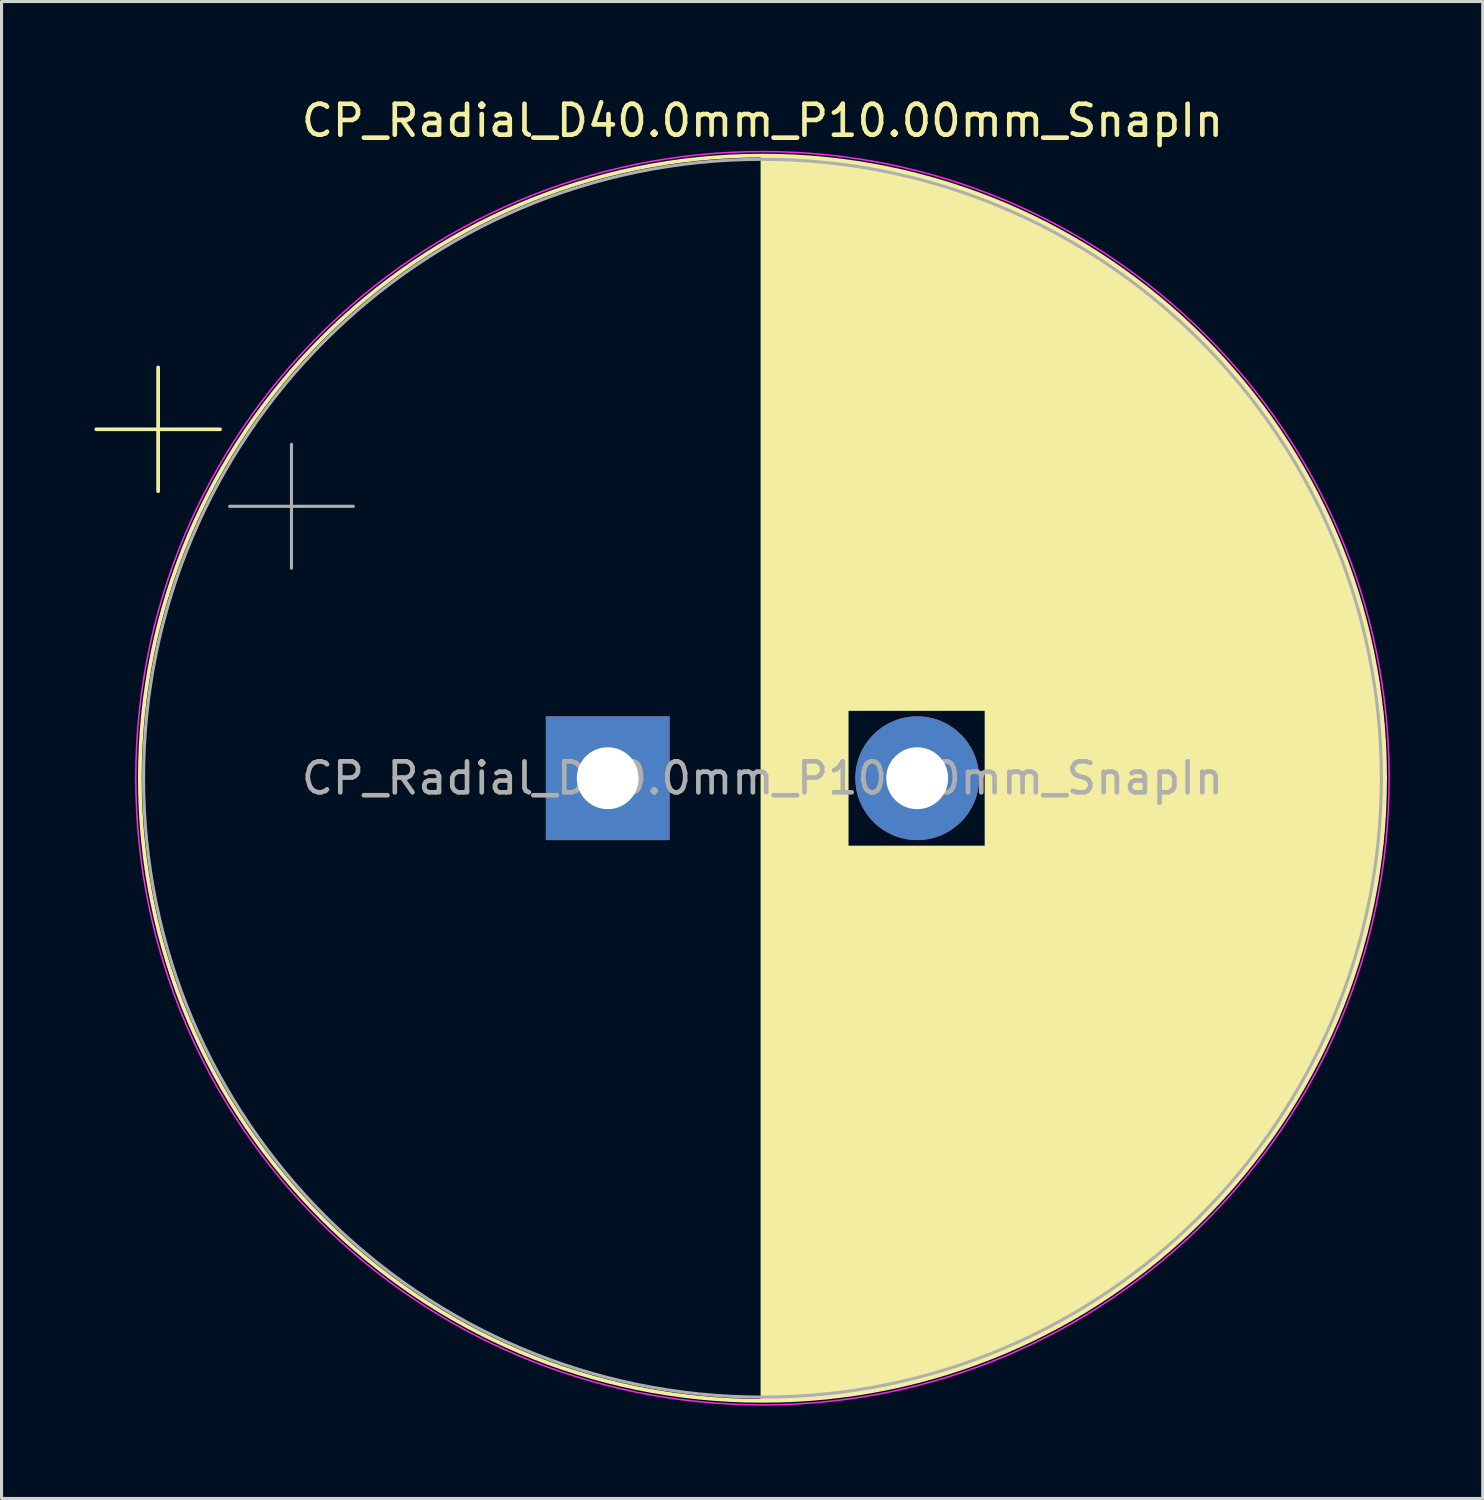
<source format=kicad_pcb>
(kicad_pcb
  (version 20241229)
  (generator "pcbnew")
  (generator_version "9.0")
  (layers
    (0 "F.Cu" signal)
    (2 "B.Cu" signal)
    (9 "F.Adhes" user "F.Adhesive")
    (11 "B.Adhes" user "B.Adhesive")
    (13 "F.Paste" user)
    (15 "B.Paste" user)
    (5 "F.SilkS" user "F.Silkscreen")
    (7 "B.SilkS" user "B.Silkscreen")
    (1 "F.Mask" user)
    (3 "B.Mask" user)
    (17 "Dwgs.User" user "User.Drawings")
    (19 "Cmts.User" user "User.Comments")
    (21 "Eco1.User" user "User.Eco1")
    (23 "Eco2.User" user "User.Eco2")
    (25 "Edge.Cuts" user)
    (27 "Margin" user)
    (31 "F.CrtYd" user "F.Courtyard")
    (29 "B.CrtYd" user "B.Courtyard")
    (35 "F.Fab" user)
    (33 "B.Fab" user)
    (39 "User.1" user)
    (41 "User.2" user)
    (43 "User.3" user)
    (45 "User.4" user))
  (footprint "CP_Radial_D40.0mm_P10.00mm_SnapIn"
    (layer "F.Cu")
    (at 16.589 22.098)
    (property "Reference" "CP_Radial_D40.0mm_P10.00mm_SnapIn" (at 5 -21.25 0) (layer "F.SilkS") (effects (font (size 1 1) (thickness 0.15))))
    (attr through_hole)
    (fp_line (start -16.529 -11.275) (end -12.529 -11.275) (stroke (width 0.12) (type solid)) (layer "F.SilkS"))
    (fp_line (start -14.529 -13.275) (end -14.529 -9.275) (stroke (width 0.12) (type solid)) (layer "F.SilkS"))
    (fp_line (start 5 -20.08) (end 5 20.08) (stroke (width 0.12) (type solid)) (layer "F.SilkS"))
    (fp_line (start 5.04 -20.08) (end 5.04 20.08) (stroke (width 0.12) (type solid)) (layer "F.SilkS"))
    (fp_line (start 5.08 -20.08) (end 5.08 20.08) (stroke (width 0.12) (type solid)) (layer "F.SilkS"))
    (fp_line (start 5.12 -20.08) (end 5.12 20.08) (stroke (width 0.12) (type solid)) (layer "F.SilkS"))
    (fp_line (start 5.16 -20.08) (end 5.16 20.08) (stroke (width 0.12) (type solid)) (layer "F.SilkS"))
    (fp_line (start 5.2 -20.08) (end 5.2 20.08) (stroke (width 0.12) (type solid)) (layer "F.SilkS"))
    (fp_line (start 5.24 -20.079) (end 5.24 20.079) (stroke (width 0.12) (type solid)) (layer "F.SilkS"))
    (fp_line (start 5.28 -20.079) (end 5.28 20.079) (stroke (width 0.12) (type solid)) (layer "F.SilkS"))
    (fp_line (start 5.32 -20.078) (end 5.32 20.078) (stroke (width 0.12) (type solid)) (layer "F.SilkS"))
    (fp_line (start 5.36 -20.077) (end 5.36 20.077) (stroke (width 0.12) (type solid)) (layer "F.SilkS"))
    (fp_line (start 5.4 -20.077) (end 5.4 20.077) (stroke (width 0.12) (type solid)) (layer "F.SilkS"))
    (fp_line (start 5.44 -20.076) (end 5.44 20.076) (stroke (width 0.12) (type solid)) (layer "F.SilkS"))
    (fp_line (start 5.48 -20.075) (end 5.48 20.075) (stroke (width 0.12) (type solid)) (layer "F.SilkS"))
    (fp_line (start 5.52 -20.074) (end 5.52 20.074) (stroke (width 0.12) (type solid)) (layer "F.SilkS"))
    (fp_line (start 5.56 -20.073) (end 5.56 20.073) (stroke (width 0.12) (type solid)) (layer "F.SilkS"))
    (fp_line (start 5.6 -20.072) (end 5.6 20.072) (stroke (width 0.12) (type solid)) (layer "F.SilkS"))
    (fp_line (start 5.64 -20.07) (end 5.64 20.07) (stroke (width 0.12) (type solid)) (layer "F.SilkS"))
    (fp_line (start 5.68 -20.069) (end 5.68 20.069) (stroke (width 0.12) (type solid)) (layer "F.SilkS"))
    (fp_line (start 5.721 -20.068) (end 5.721 20.068) (stroke (width 0.12) (type solid)) (layer "F.SilkS"))
    (fp_line (start 5.761 -20.066) (end 5.761 20.066) (stroke (width 0.12) (type solid)) (layer "F.SilkS"))
    (fp_line (start 5.801 -20.065) (end 5.801 20.065) (stroke (width 0.12) (type solid)) (layer "F.SilkS"))
    (fp_line (start 5.841 -20.063) (end 5.841 20.063) (stroke (width 0.12) (type solid)) (layer "F.SilkS"))
    (fp_line (start 5.881 -20.061) (end 5.881 20.061) (stroke (width 0.12) (type solid)) (layer "F.SilkS"))
    (fp_line (start 5.921 -20.059) (end 5.921 20.059) (stroke (width 0.12) (type solid)) (layer "F.SilkS"))
    (fp_line (start 5.961 -20.058) (end 5.961 20.058) (stroke (width 0.12) (type solid)) (layer "F.SilkS"))
    (fp_line (start 6.001 -20.056) (end 6.001 20.056) (stroke (width 0.12) (type solid)) (layer "F.SilkS"))
    (fp_line (start 6.041 -20.054) (end 6.041 20.054) (stroke (width 0.12) (type solid)) (layer "F.SilkS"))
    (fp_line (start 6.081 -20.051) (end 6.081 20.051) (stroke (width 0.12) (type solid)) (layer "F.SilkS"))
    (fp_line (start 6.121 -20.049) (end 6.121 20.049) (stroke (width 0.12) (type solid)) (layer "F.SilkS"))
    (fp_line (start 6.161 -20.047) (end 6.161 20.047) (stroke (width 0.12) (type solid)) (layer "F.SilkS"))
    (fp_line (start 6.201 -20.045) (end 6.201 20.045) (stroke (width 0.12) (type solid)) (layer "F.SilkS"))
    (fp_line (start 6.241 -20.042) (end 6.241 20.042) (stroke (width 0.12) (type solid)) (layer "F.SilkS"))
    (fp_line (start 6.281 -20.04) (end 6.281 20.04) (stroke (width 0.12) (type solid)) (layer "F.SilkS"))
    (fp_line (start 6.321 -20.037) (end 6.321 20.037) (stroke (width 0.12) (type solid)) (layer "F.SilkS"))
    (fp_line (start 6.361 -20.034) (end 6.361 20.034) (stroke (width 0.12) (type solid)) (layer "F.SilkS"))
    (fp_line (start 6.401 -20.032) (end 6.401 20.032) (stroke (width 0.12) (type solid)) (layer "F.SilkS"))
    (fp_line (start 6.441 -20.029) (end 6.441 20.029) (stroke (width 0.12) (type solid)) (layer "F.SilkS"))
    (fp_line (start 6.481 -20.026) (end 6.481 20.026) (stroke (width 0.12) (type solid)) (layer "F.SilkS"))
    (fp_line (start 6.521 -20.023) (end 6.521 20.023) (stroke (width 0.12) (type solid)) (layer "F.SilkS"))
    (fp_line (start 6.561 -20.02) (end 6.561 20.02) (stroke (width 0.12) (type solid)) (layer "F.SilkS"))
    (fp_line (start 6.601 -20.017) (end 6.601 20.017) (stroke (width 0.12) (type solid)) (layer "F.SilkS"))
    (fp_line (start 6.641 -20.014) (end 6.641 20.014) (stroke (width 0.12) (type solid)) (layer "F.SilkS"))
    (fp_line (start 6.681 -20.01) (end 6.681 20.01) (stroke (width 0.12) (type solid)) (layer "F.SilkS"))
    (fp_line (start 6.721 -20.007) (end 6.721 20.007) (stroke (width 0.12) (type solid)) (layer "F.SilkS"))
    (fp_line (start 6.761 -20.003) (end 6.761 20.003) (stroke (width 0.12) (type solid)) (layer "F.SilkS"))
    (fp_line (start 6.801 -20) (end 6.801 20) (stroke (width 0.12) (type solid)) (layer "F.SilkS"))
    (fp_line (start 6.841 -19.996) (end 6.841 19.996) (stroke (width 0.12) (type solid)) (layer "F.SilkS"))
    (fp_line (start 6.881 -19.992) (end 6.881 19.992) (stroke (width 0.12) (type solid)) (layer "F.SilkS"))
    (fp_line (start 6.921 -19.989) (end 6.921 19.989) (stroke (width 0.12) (type solid)) (layer "F.SilkS"))
    (fp_line (start 6.961 -19.985) (end 6.961 19.985) (stroke (width 0.12) (type solid)) (layer "F.SilkS"))
    (fp_line (start 7.001 -19.981) (end 7.001 19.981) (stroke (width 0.12) (type solid)) (layer "F.SilkS"))
    (fp_line (start 7.041 -19.977) (end 7.041 19.977) (stroke (width 0.12) (type solid)) (layer "F.SilkS"))
    (fp_line (start 7.081 -19.973) (end 7.081 19.973) (stroke (width 0.12) (type solid)) (layer "F.SilkS"))
    (fp_line (start 7.121 -19.968) (end 7.121 19.968) (stroke (width 0.12) (type solid)) (layer "F.SilkS"))
    (fp_line (start 7.161 -19.964) (end 7.161 19.964) (stroke (width 0.12) (type solid)) (layer "F.SilkS"))
    (fp_line (start 7.201 -19.96) (end 7.201 19.96) (stroke (width 0.12) (type solid)) (layer "F.SilkS"))
    (fp_line (start 7.241 -19.955) (end 7.241 19.955) (stroke (width 0.12) (type solid)) (layer "F.SilkS"))
    (fp_line (start 7.281 -19.951) (end 7.281 19.951) (stroke (width 0.12) (type solid)) (layer "F.SilkS"))
    (fp_line (start 7.321 -19.946) (end 7.321 19.946) (stroke (width 0.12) (type solid)) (layer "F.SilkS"))
    (fp_line (start 7.361 -19.942) (end 7.361 19.942) (stroke (width 0.12) (type solid)) (layer "F.SilkS"))
    (fp_line (start 7.401 -19.937) (end 7.401 19.937) (stroke (width 0.12) (type solid)) (layer "F.SilkS"))
    (fp_line (start 7.441 -19.932) (end 7.441 19.932) (stroke (width 0.12) (type solid)) (layer "F.SilkS"))
    (fp_line (start 7.481 -19.927) (end 7.481 19.927) (stroke (width 0.12) (type solid)) (layer "F.SilkS"))
    (fp_line (start 7.521 -19.922) (end 7.521 19.922) (stroke (width 0.12) (type solid)) (layer "F.SilkS"))
    (fp_line (start 7.561 -19.917) (end 7.561 19.917) (stroke (width 0.12) (type solid)) (layer "F.SilkS"))
    (fp_line (start 7.601 -19.912) (end 7.601 19.912) (stroke (width 0.12) (type solid)) (layer "F.SilkS"))
    (fp_line (start 7.641 -19.907) (end 7.641 19.907) (stroke (width 0.12) (type solid)) (layer "F.SilkS"))
    (fp_line (start 7.681 -19.901) (end 7.681 19.901) (stroke (width 0.12) (type solid)) (layer "F.SilkS"))
    (fp_line (start 7.721 -19.896) (end 7.721 19.896) (stroke (width 0.12) (type solid)) (layer "F.SilkS"))
    (fp_line (start 7.761 -19.89) (end 7.761 -2.24) (stroke (width 0.12) (type solid)) (layer "F.SilkS"))
    (fp_line (start 7.761 2.24) (end 7.761 19.89) (stroke (width 0.12) (type solid)) (layer "F.SilkS"))
    (fp_line (start 7.801 -19.885) (end 7.801 -2.24) (stroke (width 0.12) (type solid)) (layer "F.SilkS"))
    (fp_line (start 7.801 2.24) (end 7.801 19.885) (stroke (width 0.12) (type solid)) (layer "F.SilkS"))
    (fp_line (start 7.841 -19.879) (end 7.841 -2.24) (stroke (width 0.12) (type solid)) (layer "F.SilkS"))
    (fp_line (start 7.841 2.24) (end 7.841 19.879) (stroke (width 0.12) (type solid)) (layer "F.SilkS"))
    (fp_line (start 7.881 -19.873) (end 7.881 -2.24) (stroke (width 0.12) (type solid)) (layer "F.SilkS"))
    (fp_line (start 7.881 2.24) (end 7.881 19.873) (stroke (width 0.12) (type solid)) (layer "F.SilkS"))
    (fp_line (start 7.921 -19.867) (end 7.921 -2.24) (stroke (width 0.12) (type solid)) (layer "F.SilkS"))
    (fp_line (start 7.921 2.24) (end 7.921 19.867) (stroke (width 0.12) (type solid)) (layer "F.SilkS"))
    (fp_line (start 7.961 -19.862) (end 7.961 -2.24) (stroke (width 0.12) (type solid)) (layer "F.SilkS"))
    (fp_line (start 7.961 2.24) (end 7.961 19.862) (stroke (width 0.12) (type solid)) (layer "F.SilkS"))
    (fp_line (start 8.001 -19.856) (end 8.001 -2.24) (stroke (width 0.12) (type solid)) (layer "F.SilkS"))
    (fp_line (start 8.001 2.24) (end 8.001 19.856) (stroke (width 0.12) (type solid)) (layer "F.SilkS"))
    (fp_line (start 8.041 -19.85) (end 8.041 -2.24) (stroke (width 0.12) (type solid)) (layer "F.SilkS"))
    (fp_line (start 8.041 2.24) (end 8.041 19.85) (stroke (width 0.12) (type solid)) (layer "F.SilkS"))
    (fp_line (start 8.081 -19.843) (end 8.081 -2.24) (stroke (width 0.12) (type solid)) (layer "F.SilkS"))
    (fp_line (start 8.081 2.24) (end 8.081 19.843) (stroke (width 0.12) (type solid)) (layer "F.SilkS"))
    (fp_line (start 8.121 -19.837) (end 8.121 -2.24) (stroke (width 0.12) (type solid)) (layer "F.SilkS"))
    (fp_line (start 8.121 2.24) (end 8.121 19.837) (stroke (width 0.12) (type solid)) (layer "F.SilkS"))
    (fp_line (start 8.161 -19.831) (end 8.161 -2.24) (stroke (width 0.12) (type solid)) (layer "F.SilkS"))
    (fp_line (start 8.161 2.24) (end 8.161 19.831) (stroke (width 0.12) (type solid)) (layer "F.SilkS"))
    (fp_line (start 8.201 -19.824) (end 8.201 -2.24) (stroke (width 0.12) (type solid)) (layer "F.SilkS"))
    (fp_line (start 8.201 2.24) (end 8.201 19.824) (stroke (width 0.12) (type solid)) (layer "F.SilkS"))
    (fp_line (start 8.241 -19.818) (end 8.241 -2.24) (stroke (width 0.12) (type solid)) (layer "F.SilkS"))
    (fp_line (start 8.241 2.24) (end 8.241 19.818) (stroke (width 0.12) (type solid)) (layer "F.SilkS"))
    (fp_line (start 8.281 -19.811) (end 8.281 -2.24) (stroke (width 0.12) (type solid)) (layer "F.SilkS"))
    (fp_line (start 8.281 2.24) (end 8.281 19.811) (stroke (width 0.12) (type solid)) (layer "F.SilkS"))
    (fp_line (start 8.321 -19.805) (end 8.321 -2.24) (stroke (width 0.12) (type solid)) (layer "F.SilkS"))
    (fp_line (start 8.321 2.24) (end 8.321 19.805) (stroke (width 0.12) (type solid)) (layer "F.SilkS"))
    (fp_line (start 8.361 -19.798) (end 8.361 -2.24) (stroke (width 0.12) (type solid)) (layer "F.SilkS"))
    (fp_line (start 8.361 2.24) (end 8.361 19.798) (stroke (width 0.12) (type solid)) (layer "F.SilkS"))
    (fp_line (start 8.401 -19.791) (end 8.401 -2.24) (stroke (width 0.12) (type solid)) (layer "F.SilkS"))
    (fp_line (start 8.401 2.24) (end 8.401 19.791) (stroke (width 0.12) (type solid)) (layer "F.SilkS"))
    (fp_line (start 8.441 -19.784) (end 8.441 -2.24) (stroke (width 0.12) (type solid)) (layer "F.SilkS"))
    (fp_line (start 8.441 2.24) (end 8.441 19.784) (stroke (width 0.12) (type solid)) (layer "F.SilkS"))
    (fp_line (start 8.481 -19.777) (end 8.481 -2.24) (stroke (width 0.12) (type solid)) (layer "F.SilkS"))
    (fp_line (start 8.481 2.24) (end 8.481 19.777) (stroke (width 0.12) (type solid)) (layer "F.SilkS"))
    (fp_line (start 8.521 -19.77) (end 8.521 -2.24) (stroke (width 0.12) (type solid)) (layer "F.SilkS"))
    (fp_line (start 8.521 2.24) (end 8.521 19.77) (stroke (width 0.12) (type solid)) (layer "F.SilkS"))
    (fp_line (start 8.561 -19.763) (end 8.561 -2.24) (stroke (width 0.12) (type solid)) (layer "F.SilkS"))
    (fp_line (start 8.561 2.24) (end 8.561 19.763) (stroke (width 0.12) (type solid)) (layer "F.SilkS"))
    (fp_line (start 8.601 -19.756) (end 8.601 -2.24) (stroke (width 0.12) (type solid)) (layer "F.SilkS"))
    (fp_line (start 8.601 2.24) (end 8.601 19.756) (stroke (width 0.12) (type solid)) (layer "F.SilkS"))
    (fp_line (start 8.641 -19.748) (end 8.641 -2.24) (stroke (width 0.12) (type solid)) (layer "F.SilkS"))
    (fp_line (start 8.641 2.24) (end 8.641 19.748) (stroke (width 0.12) (type solid)) (layer "F.SilkS"))
    (fp_line (start 8.681 -19.741) (end 8.681 -2.24) (stroke (width 0.12) (type solid)) (layer "F.SilkS"))
    (fp_line (start 8.681 2.24) (end 8.681 19.741) (stroke (width 0.12) (type solid)) (layer "F.SilkS"))
    (fp_line (start 8.721 -19.734) (end 8.721 -2.24) (stroke (width 0.12) (type solid)) (layer "F.SilkS"))
    (fp_line (start 8.721 2.24) (end 8.721 19.734) (stroke (width 0.12) (type solid)) (layer "F.SilkS"))
    (fp_line (start 8.761 -19.726) (end 8.761 -2.24) (stroke (width 0.12) (type solid)) (layer "F.SilkS"))
    (fp_line (start 8.761 2.24) (end 8.761 19.726) (stroke (width 0.12) (type solid)) (layer "F.SilkS"))
    (fp_line (start 8.801 -19.718) (end 8.801 -2.24) (stroke (width 0.12) (type solid)) (layer "F.SilkS"))
    (fp_line (start 8.801 2.24) (end 8.801 19.718) (stroke (width 0.12) (type solid)) (layer "F.SilkS"))
    (fp_line (start 8.841 -19.711) (end 8.841 -2.24) (stroke (width 0.12) (type solid)) (layer "F.SilkS"))
    (fp_line (start 8.841 2.24) (end 8.841 19.711) (stroke (width 0.12) (type solid)) (layer "F.SilkS"))
    (fp_line (start 8.881 -19.703) (end 8.881 -2.24) (stroke (width 0.12) (type solid)) (layer "F.SilkS"))
    (fp_line (start 8.881 2.24) (end 8.881 19.703) (stroke (width 0.12) (type solid)) (layer "F.SilkS"))
    (fp_line (start 8.921 -19.695) (end 8.921 -2.24) (stroke (width 0.12) (type solid)) (layer "F.SilkS"))
    (fp_line (start 8.921 2.24) (end 8.921 19.695) (stroke (width 0.12) (type solid)) (layer "F.SilkS"))
    (fp_line (start 8.961 -19.687) (end 8.961 -2.24) (stroke (width 0.12) (type solid)) (layer "F.SilkS"))
    (fp_line (start 8.961 2.24) (end 8.961 19.687) (stroke (width 0.12) (type solid)) (layer "F.SilkS"))
    (fp_line (start 9.001 -19.679) (end 9.001 -2.24) (stroke (width 0.12) (type solid)) (layer "F.SilkS"))
    (fp_line (start 9.001 2.24) (end 9.001 19.679) (stroke (width 0.12) (type solid)) (layer "F.SilkS"))
    (fp_line (start 9.041 -19.671) (end 9.041 -2.24) (stroke (width 0.12) (type solid)) (layer "F.SilkS"))
    (fp_line (start 9.041 2.24) (end 9.041 19.671) (stroke (width 0.12) (type solid)) (layer "F.SilkS"))
    (fp_line (start 9.081 -19.662) (end 9.081 -2.24) (stroke (width 0.12) (type solid)) (layer "F.SilkS"))
    (fp_line (start 9.081 2.24) (end 9.081 19.662) (stroke (width 0.12) (type solid)) (layer "F.SilkS"))
    (fp_line (start 9.121 -19.654) (end 9.121 -2.24) (stroke (width 0.12) (type solid)) (layer "F.SilkS"))
    (fp_line (start 9.121 2.24) (end 9.121 19.654) (stroke (width 0.12) (type solid)) (layer "F.SilkS"))
    (fp_line (start 9.161 -19.646) (end 9.161 -2.24) (stroke (width 0.12) (type solid)) (layer "F.SilkS"))
    (fp_line (start 9.161 2.24) (end 9.161 19.646) (stroke (width 0.12) (type solid)) (layer "F.SilkS"))
    (fp_line (start 9.201 -19.637) (end 9.201 -2.24) (stroke (width 0.12) (type solid)) (layer "F.SilkS"))
    (fp_line (start 9.201 2.24) (end 9.201 19.637) (stroke (width 0.12) (type solid)) (layer "F.SilkS"))
    (fp_line (start 9.241 -19.629) (end 9.241 -2.24) (stroke (width 0.12) (type solid)) (layer "F.SilkS"))
    (fp_line (start 9.241 2.24) (end 9.241 19.629) (stroke (width 0.12) (type solid)) (layer "F.SilkS"))
    (fp_line (start 9.281 -19.62) (end 9.281 -2.24) (stroke (width 0.12) (type solid)) (layer "F.SilkS"))
    (fp_line (start 9.281 2.24) (end 9.281 19.62) (stroke (width 0.12) (type solid)) (layer "F.SilkS"))
    (fp_line (start 9.321 -19.611) (end 9.321 -2.24) (stroke (width 0.12) (type solid)) (layer "F.SilkS"))
    (fp_line (start 9.321 2.24) (end 9.321 19.611) (stroke (width 0.12) (type solid)) (layer "F.SilkS"))
    (fp_line (start 9.361 -19.602) (end 9.361 -2.24) (stroke (width 0.12) (type solid)) (layer "F.SilkS"))
    (fp_line (start 9.361 2.24) (end 9.361 19.602) (stroke (width 0.12) (type solid)) (layer "F.SilkS"))
    (fp_line (start 9.401 -19.593) (end 9.401 -2.24) (stroke (width 0.12) (type solid)) (layer "F.SilkS"))
    (fp_line (start 9.401 2.24) (end 9.401 19.593) (stroke (width 0.12) (type solid)) (layer "F.SilkS"))
    (fp_line (start 9.441 -19.584) (end 9.441 -2.24) (stroke (width 0.12) (type solid)) (layer "F.SilkS"))
    (fp_line (start 9.441 2.24) (end 9.441 19.584) (stroke (width 0.12) (type solid)) (layer "F.SilkS"))
    (fp_line (start 9.481 -19.575) (end 9.481 -2.24) (stroke (width 0.12) (type solid)) (layer "F.SilkS"))
    (fp_line (start 9.481 2.24) (end 9.481 19.575) (stroke (width 0.12) (type solid)) (layer "F.SilkS"))
    (fp_line (start 9.521 -19.566) (end 9.521 -2.24) (stroke (width 0.12) (type solid)) (layer "F.SilkS"))
    (fp_line (start 9.521 2.24) (end 9.521 19.566) (stroke (width 0.12) (type solid)) (layer "F.SilkS"))
    (fp_line (start 9.561 -19.557) (end 9.561 -2.24) (stroke (width 0.12) (type solid)) (layer "F.SilkS"))
    (fp_line (start 9.561 2.24) (end 9.561 19.557) (stroke (width 0.12) (type solid)) (layer "F.SilkS"))
    (fp_line (start 9.601 -19.548) (end 9.601 -2.24) (stroke (width 0.12) (type solid)) (layer "F.SilkS"))
    (fp_line (start 9.601 2.24) (end 9.601 19.548) (stroke (width 0.12) (type solid)) (layer "F.SilkS"))
    (fp_line (start 9.641 -19.538) (end 9.641 -2.24) (stroke (width 0.12) (type solid)) (layer "F.SilkS"))
    (fp_line (start 9.641 2.24) (end 9.641 19.538) (stroke (width 0.12) (type solid)) (layer "F.SilkS"))
    (fp_line (start 9.681 -19.529) (end 9.681 -2.24) (stroke (width 0.12) (type solid)) (layer "F.SilkS"))
    (fp_line (start 9.681 2.24) (end 9.681 19.529) (stroke (width 0.12) (type solid)) (layer "F.SilkS"))
    (fp_line (start 9.721 -19.519) (end 9.721 -2.24) (stroke (width 0.12) (type solid)) (layer "F.SilkS"))
    (fp_line (start 9.721 2.24) (end 9.721 19.519) (stroke (width 0.12) (type solid)) (layer "F.SilkS"))
    (fp_line (start 9.761 -19.509) (end 9.761 -2.24) (stroke (width 0.12) (type solid)) (layer "F.SilkS"))
    (fp_line (start 9.761 2.24) (end 9.761 19.509) (stroke (width 0.12) (type solid)) (layer "F.SilkS"))
    (fp_line (start 9.801 -19.5) (end 9.801 -2.24) (stroke (width 0.12) (type solid)) (layer "F.SilkS"))
    (fp_line (start 9.801 2.24) (end 9.801 19.5) (stroke (width 0.12) (type solid)) (layer "F.SilkS"))
    (fp_line (start 9.841 -19.49) (end 9.841 -2.24) (stroke (width 0.12) (type solid)) (layer "F.SilkS"))
    (fp_line (start 9.841 2.24) (end 9.841 19.49) (stroke (width 0.12) (type solid)) (layer "F.SilkS"))
    (fp_line (start 9.881 -19.48) (end 9.881 -2.24) (stroke (width 0.12) (type solid)) (layer "F.SilkS"))
    (fp_line (start 9.881 2.24) (end 9.881 19.48) (stroke (width 0.12) (type solid)) (layer "F.SilkS"))
    (fp_line (start 9.921 -19.47) (end 9.921 -2.24) (stroke (width 0.12) (type solid)) (layer "F.SilkS"))
    (fp_line (start 9.921 2.24) (end 9.921 19.47) (stroke (width 0.12) (type solid)) (layer "F.SilkS"))
    (fp_line (start 9.961 -19.46) (end 9.961 -2.24) (stroke (width 0.12) (type solid)) (layer "F.SilkS"))
    (fp_line (start 9.961 2.24) (end 9.961 19.46) (stroke (width 0.12) (type solid)) (layer "F.SilkS"))
    (fp_line (start 10.001 -19.449) (end 10.001 -2.24) (stroke (width 0.12) (type solid)) (layer "F.SilkS"))
    (fp_line (start 10.001 2.24) (end 10.001 19.449) (stroke (width 0.12) (type solid)) (layer "F.SilkS"))
    (fp_line (start 10.041 -19.439) (end 10.041 -2.24) (stroke (width 0.12) (type solid)) (layer "F.SilkS"))
    (fp_line (start 10.041 2.24) (end 10.041 19.439) (stroke (width 0.12) (type solid)) (layer "F.SilkS"))
    (fp_line (start 10.081 -19.429) (end 10.081 -2.24) (stroke (width 0.12) (type solid)) (layer "F.SilkS"))
    (fp_line (start 10.081 2.24) (end 10.081 19.429) (stroke (width 0.12) (type solid)) (layer "F.SilkS"))
    (fp_line (start 10.121 -19.418) (end 10.121 -2.24) (stroke (width 0.12) (type solid)) (layer "F.SilkS"))
    (fp_line (start 10.121 2.24) (end 10.121 19.418) (stroke (width 0.12) (type solid)) (layer "F.SilkS"))
    (fp_line (start 10.161 -19.408) (end 10.161 -2.24) (stroke (width 0.12) (type solid)) (layer "F.SilkS"))
    (fp_line (start 10.161 2.24) (end 10.161 19.408) (stroke (width 0.12) (type solid)) (layer "F.SilkS"))
    (fp_line (start 10.201 -19.397) (end 10.201 -2.24) (stroke (width 0.12) (type solid)) (layer "F.SilkS"))
    (fp_line (start 10.201 2.24) (end 10.201 19.397) (stroke (width 0.12) (type solid)) (layer "F.SilkS"))
    (fp_line (start 10.241 -19.386) (end 10.241 -2.24) (stroke (width 0.12) (type solid)) (layer "F.SilkS"))
    (fp_line (start 10.241 2.24) (end 10.241 19.386) (stroke (width 0.12) (type solid)) (layer "F.SilkS"))
    (fp_line (start 10.281 -19.375) (end 10.281 -2.24) (stroke (width 0.12) (type solid)) (layer "F.SilkS"))
    (fp_line (start 10.281 2.24) (end 10.281 19.375) (stroke (width 0.12) (type solid)) (layer "F.SilkS"))
    (fp_line (start 10.321 -19.364) (end 10.321 -2.24) (stroke (width 0.12) (type solid)) (layer "F.SilkS"))
    (fp_line (start 10.321 2.24) (end 10.321 19.364) (stroke (width 0.12) (type solid)) (layer "F.SilkS"))
    (fp_line (start 10.361 -19.353) (end 10.361 -2.24) (stroke (width 0.12) (type solid)) (layer "F.SilkS"))
    (fp_line (start 10.361 2.24) (end 10.361 19.353) (stroke (width 0.12) (type solid)) (layer "F.SilkS"))
    (fp_line (start 10.401 -19.342) (end 10.401 -2.24) (stroke (width 0.12) (type solid)) (layer "F.SilkS"))
    (fp_line (start 10.401 2.24) (end 10.401 19.342) (stroke (width 0.12) (type solid)) (layer "F.SilkS"))
    (fp_line (start 10.441 -19.331) (end 10.441 -2.24) (stroke (width 0.12) (type solid)) (layer "F.SilkS"))
    (fp_line (start 10.441 2.24) (end 10.441 19.331) (stroke (width 0.12) (type solid)) (layer "F.SilkS"))
    (fp_line (start 10.481 -19.32) (end 10.481 -2.24) (stroke (width 0.12) (type solid)) (layer "F.SilkS"))
    (fp_line (start 10.481 2.24) (end 10.481 19.32) (stroke (width 0.12) (type solid)) (layer "F.SilkS"))
    (fp_line (start 10.521 -19.308) (end 10.521 -2.24) (stroke (width 0.12) (type solid)) (layer "F.SilkS"))
    (fp_line (start 10.521 2.24) (end 10.521 19.308) (stroke (width 0.12) (type solid)) (layer "F.SilkS"))
    (fp_line (start 10.561 -19.297) (end 10.561 -2.24) (stroke (width 0.12) (type solid)) (layer "F.SilkS"))
    (fp_line (start 10.561 2.24) (end 10.561 19.297) (stroke (width 0.12) (type solid)) (layer "F.SilkS"))
    (fp_line (start 10.601 -19.285) (end 10.601 -2.24) (stroke (width 0.12) (type solid)) (layer "F.SilkS"))
    (fp_line (start 10.601 2.24) (end 10.601 19.285) (stroke (width 0.12) (type solid)) (layer "F.SilkS"))
    (fp_line (start 10.641 -19.274) (end 10.641 -2.24) (stroke (width 0.12) (type solid)) (layer "F.SilkS"))
    (fp_line (start 10.641 2.24) (end 10.641 19.274) (stroke (width 0.12) (type solid)) (layer "F.SilkS"))
    (fp_line (start 10.681 -19.262) (end 10.681 -2.24) (stroke (width 0.12) (type solid)) (layer "F.SilkS"))
    (fp_line (start 10.681 2.24) (end 10.681 19.262) (stroke (width 0.12) (type solid)) (layer "F.SilkS"))
    (fp_line (start 10.721 -19.25) (end 10.721 -2.24) (stroke (width 0.12) (type solid)) (layer "F.SilkS"))
    (fp_line (start 10.721 2.24) (end 10.721 19.25) (stroke (width 0.12) (type solid)) (layer "F.SilkS"))
    (fp_line (start 10.761 -19.238) (end 10.761 -2.24) (stroke (width 0.12) (type solid)) (layer "F.SilkS"))
    (fp_line (start 10.761 2.24) (end 10.761 19.238) (stroke (width 0.12) (type solid)) (layer "F.SilkS"))
    (fp_line (start 10.801 -19.226) (end 10.801 -2.24) (stroke (width 0.12) (type solid)) (layer "F.SilkS"))
    (fp_line (start 10.801 2.24) (end 10.801 19.226) (stroke (width 0.12) (type solid)) (layer "F.SilkS"))
    (fp_line (start 10.841 -19.214) (end 10.841 -2.24) (stroke (width 0.12) (type solid)) (layer "F.SilkS"))
    (fp_line (start 10.841 2.24) (end 10.841 19.214) (stroke (width 0.12) (type solid)) (layer "F.SilkS"))
    (fp_line (start 10.881 -19.202) (end 10.881 -2.24) (stroke (width 0.12) (type solid)) (layer "F.SilkS"))
    (fp_line (start 10.881 2.24) (end 10.881 19.202) (stroke (width 0.12) (type solid)) (layer "F.SilkS"))
    (fp_line (start 10.921 -19.19) (end 10.921 -2.24) (stroke (width 0.12) (type solid)) (layer "F.SilkS"))
    (fp_line (start 10.921 2.24) (end 10.921 19.19) (stroke (width 0.12) (type solid)) (layer "F.SilkS"))
    (fp_line (start 10.961 -19.177) (end 10.961 -2.24) (stroke (width 0.12) (type solid)) (layer "F.SilkS"))
    (fp_line (start 10.961 2.24) (end 10.961 19.177) (stroke (width 0.12) (type solid)) (layer "F.SilkS"))
    (fp_line (start 11.001 -19.165) (end 11.001 -2.24) (stroke (width 0.12) (type solid)) (layer "F.SilkS"))
    (fp_line (start 11.001 2.24) (end 11.001 19.165) (stroke (width 0.12) (type solid)) (layer "F.SilkS"))
    (fp_line (start 11.041 -19.152) (end 11.041 -2.24) (stroke (width 0.12) (type solid)) (layer "F.SilkS"))
    (fp_line (start 11.041 2.24) (end 11.041 19.152) (stroke (width 0.12) (type solid)) (layer "F.SilkS"))
    (fp_line (start 11.081 -19.14) (end 11.081 -2.24) (stroke (width 0.12) (type solid)) (layer "F.SilkS"))
    (fp_line (start 11.081 2.24) (end 11.081 19.14) (stroke (width 0.12) (type solid)) (layer "F.SilkS"))
    (fp_line (start 11.121 -19.127) (end 11.121 -2.24) (stroke (width 0.12) (type solid)) (layer "F.SilkS"))
    (fp_line (start 11.121 2.24) (end 11.121 19.127) (stroke (width 0.12) (type solid)) (layer "F.SilkS"))
    (fp_line (start 11.161 -19.114) (end 11.161 -2.24) (stroke (width 0.12) (type solid)) (layer "F.SilkS"))
    (fp_line (start 11.161 2.24) (end 11.161 19.114) (stroke (width 0.12) (type solid)) (layer "F.SilkS"))
    (fp_line (start 11.201 -19.101) (end 11.201 -2.24) (stroke (width 0.12) (type solid)) (layer "F.SilkS"))
    (fp_line (start 11.201 2.24) (end 11.201 19.101) (stroke (width 0.12) (type solid)) (layer "F.SilkS"))
    (fp_line (start 11.241 -19.088) (end 11.241 -2.24) (stroke (width 0.12) (type solid)) (layer "F.SilkS"))
    (fp_line (start 11.241 2.24) (end 11.241 19.088) (stroke (width 0.12) (type solid)) (layer "F.SilkS"))
    (fp_line (start 11.281 -19.075) (end 11.281 -2.24) (stroke (width 0.12) (type solid)) (layer "F.SilkS"))
    (fp_line (start 11.281 2.24) (end 11.281 19.075) (stroke (width 0.12) (type solid)) (layer "F.SilkS"))
    (fp_line (start 11.321 -19.062) (end 11.321 -2.24) (stroke (width 0.12) (type solid)) (layer "F.SilkS"))
    (fp_line (start 11.321 2.24) (end 11.321 19.062) (stroke (width 0.12) (type solid)) (layer "F.SilkS"))
    (fp_line (start 11.361 -19.049) (end 11.361 -2.24) (stroke (width 0.12) (type solid)) (layer "F.SilkS"))
    (fp_line (start 11.361 2.24) (end 11.361 19.049) (stroke (width 0.12) (type solid)) (layer "F.SilkS"))
    (fp_line (start 11.401 -19.035) (end 11.401 -2.24) (stroke (width 0.12) (type solid)) (layer "F.SilkS"))
    (fp_line (start 11.401 2.24) (end 11.401 19.035) (stroke (width 0.12) (type solid)) (layer "F.SilkS"))
    (fp_line (start 11.441 -19.022) (end 11.441 -2.24) (stroke (width 0.12) (type solid)) (layer "F.SilkS"))
    (fp_line (start 11.441 2.24) (end 11.441 19.022) (stroke (width 0.12) (type solid)) (layer "F.SilkS"))
    (fp_line (start 11.481 -19.008) (end 11.481 -2.24) (stroke (width 0.12) (type solid)) (layer "F.SilkS"))
    (fp_line (start 11.481 2.24) (end 11.481 19.008) (stroke (width 0.12) (type solid)) (layer "F.SilkS"))
    (fp_line (start 11.521 -18.995) (end 11.521 -2.24) (stroke (width 0.12) (type solid)) (layer "F.SilkS"))
    (fp_line (start 11.521 2.24) (end 11.521 18.995) (stroke (width 0.12) (type solid)) (layer "F.SilkS"))
    (fp_line (start 11.561 -18.981) (end 11.561 -2.24) (stroke (width 0.12) (type solid)) (layer "F.SilkS"))
    (fp_line (start 11.561 2.24) (end 11.561 18.981) (stroke (width 0.12) (type solid)) (layer "F.SilkS"))
    (fp_line (start 11.601 -18.967) (end 11.601 -2.24) (stroke (width 0.12) (type solid)) (layer "F.SilkS"))
    (fp_line (start 11.601 2.24) (end 11.601 18.967) (stroke (width 0.12) (type solid)) (layer "F.SilkS"))
    (fp_line (start 11.641 -18.953) (end 11.641 -2.24) (stroke (width 0.12) (type solid)) (layer "F.SilkS"))
    (fp_line (start 11.641 2.24) (end 11.641 18.953) (stroke (width 0.12) (type solid)) (layer "F.SilkS"))
    (fp_line (start 11.681 -18.939) (end 11.681 -2.24) (stroke (width 0.12) (type solid)) (layer "F.SilkS"))
    (fp_line (start 11.681 2.24) (end 11.681 18.939) (stroke (width 0.12) (type solid)) (layer "F.SilkS"))
    (fp_line (start 11.721 -18.925) (end 11.721 -2.24) (stroke (width 0.12) (type solid)) (layer "F.SilkS"))
    (fp_line (start 11.721 2.24) (end 11.721 18.925) (stroke (width 0.12) (type solid)) (layer "F.SilkS"))
    (fp_line (start 11.761 -18.911) (end 11.761 -2.24) (stroke (width 0.12) (type solid)) (layer "F.SilkS"))
    (fp_line (start 11.761 2.24) (end 11.761 18.911) (stroke (width 0.12) (type solid)) (layer "F.SilkS"))
    (fp_line (start 11.801 -18.897) (end 11.801 -2.24) (stroke (width 0.12) (type solid)) (layer "F.SilkS"))
    (fp_line (start 11.801 2.24) (end 11.801 18.897) (stroke (width 0.12) (type solid)) (layer "F.SilkS"))
    (fp_line (start 11.841 -18.882) (end 11.841 -2.24) (stroke (width 0.12) (type solid)) (layer "F.SilkS"))
    (fp_line (start 11.841 2.24) (end 11.841 18.882) (stroke (width 0.12) (type solid)) (layer "F.SilkS"))
    (fp_line (start 11.881 -18.868) (end 11.881 -2.24) (stroke (width 0.12) (type solid)) (layer "F.SilkS"))
    (fp_line (start 11.881 2.24) (end 11.881 18.868) (stroke (width 0.12) (type solid)) (layer "F.SilkS"))
    (fp_line (start 11.921 -18.853) (end 11.921 -2.24) (stroke (width 0.12) (type solid)) (layer "F.SilkS"))
    (fp_line (start 11.921 2.24) (end 11.921 18.853) (stroke (width 0.12) (type solid)) (layer "F.SilkS"))
    (fp_line (start 11.961 -18.838) (end 11.961 -2.24) (stroke (width 0.12) (type solid)) (layer "F.SilkS"))
    (fp_line (start 11.961 2.24) (end 11.961 18.838) (stroke (width 0.12) (type solid)) (layer "F.SilkS"))
    (fp_line (start 12.001 -18.824) (end 12.001 -2.24) (stroke (width 0.12) (type solid)) (layer "F.SilkS"))
    (fp_line (start 12.001 2.24) (end 12.001 18.824) (stroke (width 0.12) (type solid)) (layer "F.SilkS"))
    (fp_line (start 12.041 -18.809) (end 12.041 -2.24) (stroke (width 0.12) (type solid)) (layer "F.SilkS"))
    (fp_line (start 12.041 2.24) (end 12.041 18.809) (stroke (width 0.12) (type solid)) (layer "F.SilkS"))
    (fp_line (start 12.081 -18.794) (end 12.081 -2.24) (stroke (width 0.12) (type solid)) (layer "F.SilkS"))
    (fp_line (start 12.081 2.24) (end 12.081 18.794) (stroke (width 0.12) (type solid)) (layer "F.SilkS"))
    (fp_line (start 12.121 -18.779) (end 12.121 -2.24) (stroke (width 0.12) (type solid)) (layer "F.SilkS"))
    (fp_line (start 12.121 2.24) (end 12.121 18.779) (stroke (width 0.12) (type solid)) (layer "F.SilkS"))
    (fp_line (start 12.161 -18.763) (end 12.161 -2.24) (stroke (width 0.12) (type solid)) (layer "F.SilkS"))
    (fp_line (start 12.161 2.24) (end 12.161 18.763) (stroke (width 0.12) (type solid)) (layer "F.SilkS"))
    (fp_line (start 12.201 -18.748) (end 12.201 -2.24) (stroke (width 0.12) (type solid)) (layer "F.SilkS"))
    (fp_line (start 12.201 2.24) (end 12.201 18.748) (stroke (width 0.12) (type solid)) (layer "F.SilkS"))
    (fp_line (start 12.241 -18.733) (end 12.241 18.733) (stroke (width 0.12) (type solid)) (layer "F.SilkS"))
    (fp_line (start 12.281 -18.717) (end 12.281 18.717) (stroke (width 0.12) (type solid)) (layer "F.SilkS"))
    (fp_line (start 12.321 -18.702) (end 12.321 18.702) (stroke (width 0.12) (type solid)) (layer "F.SilkS"))
    (fp_line (start 12.361 -18.686) (end 12.361 18.686) (stroke (width 0.12) (type solid)) (layer "F.SilkS"))
    (fp_line (start 12.401 -18.67) (end 12.401 18.67) (stroke (width 0.12) (type solid)) (layer "F.SilkS"))
    (fp_line (start 12.441 -18.654) (end 12.441 18.654) (stroke (width 0.12) (type solid)) (layer "F.SilkS"))
    (fp_line (start 12.481 -18.638) (end 12.481 18.638) (stroke (width 0.12) (type solid)) (layer "F.SilkS"))
    (fp_line (start 12.521 -18.622) (end 12.521 18.622) (stroke (width 0.12) (type solid)) (layer "F.SilkS"))
    (fp_line (start 12.561 -18.606) (end 12.561 18.606) (stroke (width 0.12) (type solid)) (layer "F.SilkS"))
    (fp_line (start 12.601 -18.59) (end 12.601 18.59) (stroke (width 0.12) (type solid)) (layer "F.SilkS"))
    (fp_line (start 12.641 -18.574) (end 12.641 18.574) (stroke (width 0.12) (type solid)) (layer "F.SilkS"))
    (fp_line (start 12.681 -18.557) (end 12.681 18.557) (stroke (width 0.12) (type solid)) (layer "F.SilkS"))
    (fp_line (start 12.721 -18.54) (end 12.721 18.54) (stroke (width 0.12) (type solid)) (layer "F.SilkS"))
    (fp_line (start 12.761 -18.524) (end 12.761 18.524) (stroke (width 0.12) (type solid)) (layer "F.SilkS"))
    (fp_line (start 12.801 -18.507) (end 12.801 18.507) (stroke (width 0.12) (type solid)) (layer "F.SilkS"))
    (fp_line (start 12.841 -18.49) (end 12.841 18.49) (stroke (width 0.12) (type solid)) (layer "F.SilkS"))
    (fp_line (start 12.881 -18.473) (end 12.881 18.473) (stroke (width 0.12) (type solid)) (layer "F.SilkS"))
    (fp_line (start 12.921 -18.456) (end 12.921 18.456) (stroke (width 0.12) (type solid)) (layer "F.SilkS"))
    (fp_line (start 12.961 -18.439) (end 12.961 18.439) (stroke (width 0.12) (type solid)) (layer "F.SilkS"))
    (fp_line (start 13.001 -18.422) (end 13.001 18.422) (stroke (width 0.12) (type solid)) (layer "F.SilkS"))
    (fp_line (start 13.041 -18.404) (end 13.041 18.404) (stroke (width 0.12) (type solid)) (layer "F.SilkS"))
    (fp_line (start 13.081 -18.387) (end 13.081 18.387) (stroke (width 0.12) (type solid)) (layer "F.SilkS"))
    (fp_line (start 13.121 -18.369) (end 13.121 18.369) (stroke (width 0.12) (type solid)) (layer "F.SilkS"))
    (fp_line (start 13.161 -18.351) (end 13.161 18.351) (stroke (width 0.12) (type solid)) (layer "F.SilkS"))
    (fp_line (start 13.2 -18.334) (end 13.2 18.334) (stroke (width 0.12) (type solid)) (layer "F.SilkS"))
    (fp_line (start 13.24 -18.316) (end 13.24 18.316) (stroke (width 0.12) (type solid)) (layer "F.SilkS"))
    (fp_line (start 13.28 -18.298) (end 13.28 18.298) (stroke (width 0.12) (type solid)) (layer "F.SilkS"))
    (fp_line (start 13.32 -18.28) (end 13.32 18.28) (stroke (width 0.12) (type solid)) (layer "F.SilkS"))
    (fp_line (start 13.36 -18.261) (end 13.36 18.261) (stroke (width 0.12) (type solid)) (layer "F.SilkS"))
    (fp_line (start 13.4 -18.243) (end 13.4 18.243) (stroke (width 0.12) (type solid)) (layer "F.SilkS"))
    (fp_line (start 13.44 -18.225) (end 13.44 18.225) (stroke (width 0.12) (type solid)) (layer "F.SilkS"))
    (fp_line (start 13.48 -18.206) (end 13.48 18.206) (stroke (width 0.12) (type solid)) (layer "F.SilkS"))
    (fp_line (start 13.52 -18.188) (end 13.52 18.188) (stroke (width 0.12) (type solid)) (layer "F.SilkS"))
    (fp_line (start 13.56 -18.169) (end 13.56 18.169) (stroke (width 0.12) (type solid)) (layer "F.SilkS"))
    (fp_line (start 13.6 -18.15) (end 13.6 18.15) (stroke (width 0.12) (type solid)) (layer "F.SilkS"))
    (fp_line (start 13.64 -18.131) (end 13.64 18.131) (stroke (width 0.12) (type solid)) (layer "F.SilkS"))
    (fp_line (start 13.68 -18.112) (end 13.68 18.112) (stroke (width 0.12) (type solid)) (layer "F.SilkS"))
    (fp_line (start 13.72 -18.093) (end 13.72 18.093) (stroke (width 0.12) (type solid)) (layer "F.SilkS"))
    (fp_line (start 13.76 -18.073) (end 13.76 18.073) (stroke (width 0.12) (type solid)) (layer "F.SilkS"))
    (fp_line (start 13.8 -18.054) (end 13.8 18.054) (stroke (width 0.12) (type solid)) (layer "F.SilkS"))
    (fp_line (start 13.84 -18.034) (end 13.84 18.034) (stroke (width 0.12) (type solid)) (layer "F.SilkS"))
    (fp_line (start 13.88 -18.015) (end 13.88 18.015) (stroke (width 0.12) (type solid)) (layer "F.SilkS"))
    (fp_line (start 13.92 -17.995) (end 13.92 17.995) (stroke (width 0.12) (type solid)) (layer "F.SilkS"))
    (fp_line (start 13.96 -17.975) (end 13.96 17.975) (stroke (width 0.12) (type solid)) (layer "F.SilkS"))
    (fp_line (start 14 -17.955) (end 14 17.955) (stroke (width 0.12) (type solid)) (layer "F.SilkS"))
    (fp_line (start 14.04 -17.935) (end 14.04 17.935) (stroke (width 0.12) (type solid)) (layer "F.SilkS"))
    (fp_line (start 14.08 -17.915) (end 14.08 17.915) (stroke (width 0.12) (type solid)) (layer "F.SilkS"))
    (fp_line (start 14.12 -17.895) (end 14.12 17.895) (stroke (width 0.12) (type solid)) (layer "F.SilkS"))
    (fp_line (start 14.16 -17.874) (end 14.16 17.874) (stroke (width 0.12) (type solid)) (layer "F.SilkS"))
    (fp_line (start 14.2 -17.854) (end 14.2 17.854) (stroke (width 0.12) (type solid)) (layer "F.SilkS"))
    (fp_line (start 14.24 -17.833) (end 14.24 17.833) (stroke (width 0.12) (type solid)) (layer "F.SilkS"))
    (fp_line (start 14.28 -17.813) (end 14.28 17.813) (stroke (width 0.12) (type solid)) (layer "F.SilkS"))
    (fp_line (start 14.32 -17.792) (end 14.32 17.792) (stroke (width 0.12) (type solid)) (layer "F.SilkS"))
    (fp_line (start 14.36 -17.771) (end 14.36 17.771) (stroke (width 0.12) (type solid)) (layer "F.SilkS"))
    (fp_line (start 14.4 -17.75) (end 14.4 17.75) (stroke (width 0.12) (type solid)) (layer "F.SilkS"))
    (fp_line (start 14.44 -17.728) (end 14.44 17.728) (stroke (width 0.12) (type solid)) (layer "F.SilkS"))
    (fp_line (start 14.48 -17.707) (end 14.48 17.707) (stroke (width 0.12) (type solid)) (layer "F.SilkS"))
    (fp_line (start 14.52 -17.686) (end 14.52 17.686) (stroke (width 0.12) (type solid)) (layer "F.SilkS"))
    (fp_line (start 14.56 -17.664) (end 14.56 17.664) (stroke (width 0.12) (type solid)) (layer "F.SilkS"))
    (fp_line (start 14.6 -17.643) (end 14.6 17.643) (stroke (width 0.12) (type solid)) (layer "F.SilkS"))
    (fp_line (start 14.64 -17.621) (end 14.64 17.621) (stroke (width 0.12) (type solid)) (layer "F.SilkS"))
    (fp_line (start 14.68 -17.599) (end 14.68 17.599) (stroke (width 0.12) (type solid)) (layer "F.SilkS"))
    (fp_line (start 14.72 -17.577) (end 14.72 17.577) (stroke (width 0.12) (type solid)) (layer "F.SilkS"))
    (fp_line (start 14.76 -17.555) (end 14.76 17.555) (stroke (width 0.12) (type solid)) (layer "F.SilkS"))
    (fp_line (start 14.8 -17.532) (end 14.8 17.532) (stroke (width 0.12) (type solid)) (layer "F.SilkS"))
    (fp_line (start 14.84 -17.51) (end 14.84 17.51) (stroke (width 0.12) (type solid)) (layer "F.SilkS"))
    (fp_line (start 14.88 -17.488) (end 14.88 17.488) (stroke (width 0.12) (type solid)) (layer "F.SilkS"))
    (fp_line (start 14.92 -17.465) (end 14.92 17.465) (stroke (width 0.12) (type solid)) (layer "F.SilkS"))
    (fp_line (start 14.96 -17.442) (end 14.96 17.442) (stroke (width 0.12) (type solid)) (layer "F.SilkS"))
    (fp_line (start 15 -17.419) (end 15 17.419) (stroke (width 0.12) (type solid)) (layer "F.SilkS"))
    (fp_line (start 15.04 -17.396) (end 15.04 17.396) (stroke (width 0.12) (type solid)) (layer "F.SilkS"))
    (fp_line (start 15.08 -17.373) (end 15.08 17.373) (stroke (width 0.12) (type solid)) (layer "F.SilkS"))
    (fp_line (start 15.12 -17.35) (end 15.12 17.35) (stroke (width 0.12) (type solid)) (layer "F.SilkS"))
    (fp_line (start 15.16 -17.327) (end 15.16 17.327) (stroke (width 0.12) (type solid)) (layer "F.SilkS"))
    (fp_line (start 15.2 -17.303) (end 15.2 17.303) (stroke (width 0.12) (type solid)) (layer "F.SilkS"))
    (fp_line (start 15.24 -17.28) (end 15.24 17.28) (stroke (width 0.12) (type solid)) (layer "F.SilkS"))
    (fp_line (start 15.28 -17.256) (end 15.28 17.256) (stroke (width 0.12) (type solid)) (layer "F.SilkS"))
    (fp_line (start 15.32 -17.232) (end 15.32 17.232) (stroke (width 0.12) (type solid)) (layer "F.SilkS"))
    (fp_line (start 15.36 -17.208) (end 15.36 17.208) (stroke (width 0.12) (type solid)) (layer "F.SilkS"))
    (fp_line (start 15.4 -17.184) (end 15.4 17.184) (stroke (width 0.12) (type solid)) (layer "F.SilkS"))
    (fp_line (start 15.44 -17.16) (end 15.44 17.16) (stroke (width 0.12) (type solid)) (layer "F.SilkS"))
    (fp_line (start 15.48 -17.136) (end 15.48 17.136) (stroke (width 0.12) (type solid)) (layer "F.SilkS"))
    (fp_line (start 15.52 -17.111) (end 15.52 17.111) (stroke (width 0.12) (type solid)) (layer "F.SilkS"))
    (fp_line (start 15.56 -17.087) (end 15.56 17.087) (stroke (width 0.12) (type solid)) (layer "F.SilkS"))
    (fp_line (start 15.6 -17.062) (end 15.6 17.062) (stroke (width 0.12) (type solid)) (layer "F.SilkS"))
    (fp_line (start 15.64 -17.037) (end 15.64 17.037) (stroke (width 0.12) (type solid)) (layer "F.SilkS"))
    (fp_line (start 15.68 -17.012) (end 15.68 17.012) (stroke (width 0.12) (type solid)) (layer "F.SilkS"))
    (fp_line (start 15.72 -16.987) (end 15.72 16.987) (stroke (width 0.12) (type solid)) (layer "F.SilkS"))
    (fp_line (start 15.76 -16.962) (end 15.76 16.962) (stroke (width 0.12) (type solid)) (layer "F.SilkS"))
    (fp_line (start 15.8 -16.936) (end 15.8 16.936) (stroke (width 0.12) (type solid)) (layer "F.SilkS"))
    (fp_line (start 15.84 -16.911) (end 15.84 16.911) (stroke (width 0.12) (type solid)) (layer "F.SilkS"))
    (fp_line (start 15.88 -16.885) (end 15.88 16.885) (stroke (width 0.12) (type solid)) (layer "F.SilkS"))
    (fp_line (start 15.92 -16.859) (end 15.92 16.859) (stroke (width 0.12) (type solid)) (layer "F.SilkS"))
    (fp_line (start 15.96 -16.833) (end 15.96 16.833) (stroke (width 0.12) (type solid)) (layer "F.SilkS"))
    (fp_line (start 16 -16.807) (end 16 16.807) (stroke (width 0.12) (type solid)) (layer "F.SilkS"))
    (fp_line (start 16.04 -16.781) (end 16.04 16.781) (stroke (width 0.12) (type solid)) (layer "F.SilkS"))
    (fp_line (start 16.08 -16.755) (end 16.08 16.755) (stroke (width 0.12) (type solid)) (layer "F.SilkS"))
    (fp_line (start 16.12 -16.728) (end 16.12 16.728) (stroke (width 0.12) (type solid)) (layer "F.SilkS"))
    (fp_line (start 16.16 -16.702) (end 16.16 16.702) (stroke (width 0.12) (type solid)) (layer "F.SilkS"))
    (fp_line (start 16.2 -16.675) (end 16.2 16.675) (stroke (width 0.12) (type solid)) (layer "F.SilkS"))
    (fp_line (start 16.24 -16.648) (end 16.24 16.648) (stroke (width 0.12) (type solid)) (layer "F.SilkS"))
    (fp_line (start 16.28 -16.621) (end 16.28 16.621) (stroke (width 0.12) (type solid)) (layer "F.SilkS"))
    (fp_line (start 16.32 -16.594) (end 16.32 16.594) (stroke (width 0.12) (type solid)) (layer "F.SilkS"))
    (fp_line (start 16.36 -16.567) (end 16.36 16.567) (stroke (width 0.12) (type solid)) (layer "F.SilkS"))
    (fp_line (start 16.4 -16.539) (end 16.4 16.539) (stroke (width 0.12) (type solid)) (layer "F.SilkS"))
    (fp_line (start 16.44 -16.512) (end 16.44 16.512) (stroke (width 0.12) (type solid)) (layer "F.SilkS"))
    (fp_line (start 16.48 -16.484) (end 16.48 16.484) (stroke (width 0.12) (type solid)) (layer "F.SilkS"))
    (fp_line (start 16.52 -16.456) (end 16.52 16.456) (stroke (width 0.12) (type solid)) (layer "F.SilkS"))
    (fp_line (start 16.56 -16.428) (end 16.56 16.428) (stroke (width 0.12) (type solid)) (layer "F.SilkS"))
    (fp_line (start 16.6 -16.4) (end 16.6 16.4) (stroke (width 0.12) (type solid)) (layer "F.SilkS"))
    (fp_line (start 16.64 -16.372) (end 16.64 16.372) (stroke (width 0.12) (type solid)) (layer "F.SilkS"))
    (fp_line (start 16.68 -16.343) (end 16.68 16.343) (stroke (width 0.12) (type solid)) (layer "F.SilkS"))
    (fp_line (start 16.72 -16.315) (end 16.72 16.315) (stroke (width 0.12) (type solid)) (layer "F.SilkS"))
    (fp_line (start 16.76 -16.286) (end 16.76 16.286) (stroke (width 0.12) (type solid)) (layer "F.SilkS"))
    (fp_line (start 16.8 -16.257) (end 16.8 16.257) (stroke (width 0.12) (type solid)) (layer "F.SilkS"))
    (fp_line (start 16.84 -16.228) (end 16.84 16.228) (stroke (width 0.12) (type solid)) (layer "F.SilkS"))
    (fp_line (start 16.88 -16.199) (end 16.88 16.199) (stroke (width 0.12) (type solid)) (layer "F.SilkS"))
    (fp_line (start 16.92 -16.169) (end 16.92 16.169) (stroke (width 0.12) (type solid)) (layer "F.SilkS"))
    (fp_line (start 16.96 -16.14) (end 16.96 16.14) (stroke (width 0.12) (type solid)) (layer "F.SilkS"))
    (fp_line (start 17 -16.11) (end 17 16.11) (stroke (width 0.12) (type solid)) (layer "F.SilkS"))
    (fp_line (start 17.04 -16.08) (end 17.04 16.08) (stroke (width 0.12) (type solid)) (layer "F.SilkS"))
    (fp_line (start 17.08 -16.05) (end 17.08 16.05) (stroke (width 0.12) (type solid)) (layer "F.SilkS"))
    (fp_line (start 17.12 -16.02) (end 17.12 16.02) (stroke (width 0.12) (type solid)) (layer "F.SilkS"))
    (fp_line (start 17.16 -15.99) (end 17.16 15.99) (stroke (width 0.12) (type solid)) (layer "F.SilkS"))
    (fp_line (start 17.2 -15.96) (end 17.2 15.96) (stroke (width 0.12) (type solid)) (layer "F.SilkS"))
    (fp_line (start 17.24 -15.929) (end 17.24 15.929) (stroke (width 0.12) (type solid)) (layer "F.SilkS"))
    (fp_line (start 17.28 -15.898) (end 17.28 15.898) (stroke (width 0.12) (type solid)) (layer "F.SilkS"))
    (fp_line (start 17.32 -15.867) (end 17.32 15.867) (stroke (width 0.12) (type solid)) (layer "F.SilkS"))
    (fp_line (start 17.36 -15.836) (end 17.36 15.836) (stroke (width 0.12) (type solid)) (layer "F.SilkS"))
    (fp_line (start 17.4 -15.805) (end 17.4 15.805) (stroke (width 0.12) (type solid)) (layer "F.SilkS"))
    (fp_line (start 17.44 -15.774) (end 17.44 15.774) (stroke (width 0.12) (type solid)) (layer "F.SilkS"))
    (fp_line (start 17.48 -15.742) (end 17.48 15.742) (stroke (width 0.12) (type solid)) (layer "F.SilkS"))
    (fp_line (start 17.52 -15.711) (end 17.52 15.711) (stroke (width 0.12) (type solid)) (layer "F.SilkS"))
    (fp_line (start 17.56 -15.679) (end 17.56 15.679) (stroke (width 0.12) (type solid)) (layer "F.SilkS"))
    (fp_line (start 17.6 -15.647) (end 17.6 15.647) (stroke (width 0.12) (type solid)) (layer "F.SilkS"))
    (fp_line (start 17.64 -15.614) (end 17.64 15.614) (stroke (width 0.12) (type solid)) (layer "F.SilkS"))
    (fp_line (start 17.68 -15.582) (end 17.68 15.582) (stroke (width 0.12) (type solid)) (layer "F.SilkS"))
    (fp_line (start 17.72 -15.549) (end 17.72 15.549) (stroke (width 0.12) (type solid)) (layer "F.SilkS"))
    (fp_line (start 17.76 -15.517) (end 17.76 15.517) (stroke (width 0.12) (type solid)) (layer "F.SilkS"))
    (fp_line (start 17.8 -15.484) (end 17.8 15.484) (stroke (width 0.12) (type solid)) (layer "F.SilkS"))
    (fp_line (start 17.84 -15.451) (end 17.84 15.451) (stroke (width 0.12) (type solid)) (layer "F.SilkS"))
    (fp_line (start 17.88 -15.418) (end 17.88 15.418) (stroke (width 0.12) (type solid)) (layer "F.SilkS"))
    (fp_line (start 17.92 -15.384) (end 17.92 15.384) (stroke (width 0.12) (type solid)) (layer "F.SilkS"))
    (fp_line (start 17.96 -15.351) (end 17.96 15.351) (stroke (width 0.12) (type solid)) (layer "F.SilkS"))
    (fp_line (start 18 -15.317) (end 18 15.317) (stroke (width 0.12) (type solid)) (layer "F.SilkS"))
    (fp_line (start 18.04 -15.283) (end 18.04 15.283) (stroke (width 0.12) (type solid)) (layer "F.SilkS"))
    (fp_line (start 18.08 -15.249) (end 18.08 15.249) (stroke (width 0.12) (type solid)) (layer "F.SilkS"))
    (fp_line (start 18.12 -15.214) (end 18.12 15.214) (stroke (width 0.12) (type solid)) (layer "F.SilkS"))
    (fp_line (start 18.16 -15.18) (end 18.16 15.18) (stroke (width 0.12) (type solid)) (layer "F.SilkS"))
    (fp_line (start 18.2 -15.145) (end 18.2 15.145) (stroke (width 0.12) (type solid)) (layer "F.SilkS"))
    (fp_line (start 18.24 -15.11) (end 18.24 15.11) (stroke (width 0.12) (type solid)) (layer "F.SilkS"))
    (fp_line (start 18.28 -15.075) (end 18.28 15.075) (stroke (width 0.12) (type solid)) (layer "F.SilkS"))
    (fp_line (start 18.32 -15.04) (end 18.32 15.04) (stroke (width 0.12) (type solid)) (layer "F.SilkS"))
    (fp_line (start 18.36 -15.005) (end 18.36 15.005) (stroke (width 0.12) (type solid)) (layer "F.SilkS"))
    (fp_line (start 18.4 -14.969) (end 18.4 14.969) (stroke (width 0.12) (type solid)) (layer "F.SilkS"))
    (fp_line (start 18.44 -14.933) (end 18.44 14.933) (stroke (width 0.12) (type solid)) (layer "F.SilkS"))
    (fp_line (start 18.48 -14.897) (end 18.48 14.897) (stroke (width 0.12) (type solid)) (layer "F.SilkS"))
    (fp_line (start 18.52 -14.861) (end 18.52 14.861) (stroke (width 0.12) (type solid)) (layer "F.SilkS"))
    (fp_line (start 18.56 -14.825) (end 18.56 14.825) (stroke (width 0.12) (type solid)) (layer "F.SilkS"))
    (fp_line (start 18.6 -14.788) (end 18.6 14.788) (stroke (width 0.12) (type solid)) (layer "F.SilkS"))
    (fp_line (start 18.64 -14.751) (end 18.64 14.751) (stroke (width 0.12) (type solid)) (layer "F.SilkS"))
    (fp_line (start 18.68 -14.714) (end 18.68 14.714) (stroke (width 0.12) (type solid)) (layer "F.SilkS"))
    (fp_line (start 18.72 -14.677) (end 18.72 14.677) (stroke (width 0.12) (type solid)) (layer "F.SilkS"))
    (fp_line (start 18.76 -14.64) (end 18.76 14.64) (stroke (width 0.12) (type solid)) (layer "F.SilkS"))
    (fp_line (start 18.8 -14.602) (end 18.8 14.602) (stroke (width 0.12) (type solid)) (layer "F.SilkS"))
    (fp_line (start 18.84 -14.564) (end 18.84 14.564) (stroke (width 0.12) (type solid)) (layer "F.SilkS"))
    (fp_line (start 18.88 -14.526) (end 18.88 14.526) (stroke (width 0.12) (type solid)) (layer "F.SilkS"))
    (fp_line (start 18.92 -14.488) (end 18.92 14.488) (stroke (width 0.12) (type solid)) (layer "F.SilkS"))
    (fp_line (start 18.96 -14.45) (end 18.96 14.45) (stroke (width 0.12) (type solid)) (layer "F.SilkS"))
    (fp_line (start 19 -14.411) (end 19 14.411) (stroke (width 0.12) (type solid)) (layer "F.SilkS"))
    (fp_line (start 19.04 -14.372) (end 19.04 14.372) (stroke (width 0.12) (type solid)) (layer "F.SilkS"))
    (fp_line (start 19.08 -14.333) (end 19.08 14.333) (stroke (width 0.12) (type solid)) (layer "F.SilkS"))
    (fp_line (start 19.12 -14.294) (end 19.12 14.294) (stroke (width 0.12) (type solid)) (layer "F.SilkS"))
    (fp_line (start 19.16 -14.254) (end 19.16 14.254) (stroke (width 0.12) (type solid)) (layer "F.SilkS"))
    (fp_line (start 19.2 -14.214) (end 19.2 14.214) (stroke (width 0.12) (type solid)) (layer "F.SilkS"))
    (fp_line (start 19.24 -14.174) (end 19.24 14.174) (stroke (width 0.12) (type solid)) (layer "F.SilkS"))
    (fp_line (start 19.28 -14.134) (end 19.28 14.134) (stroke (width 0.12) (type solid)) (layer "F.SilkS"))
    (fp_line (start 19.32 -14.094) (end 19.32 14.094) (stroke (width 0.12) (type solid)) (layer "F.SilkS"))
    (fp_line (start 19.36 -14.053) (end 19.36 14.053) (stroke (width 0.12) (type solid)) (layer "F.SilkS"))
    (fp_line (start 19.4 -14.012) (end 19.4 14.012) (stroke (width 0.12) (type solid)) (layer "F.SilkS"))
    (fp_line (start 19.44 -13.971) (end 19.44 13.971) (stroke (width 0.12) (type solid)) (layer "F.SilkS"))
    (fp_line (start 19.48 -13.93) (end 19.48 13.93) (stroke (width 0.12) (type solid)) (layer "F.SilkS"))
    (fp_line (start 19.52 -13.888) (end 19.52 13.888) (stroke (width 0.12) (type solid)) (layer "F.SilkS"))
    (fp_line (start 19.56 -13.846) (end 19.56 13.846) (stroke (width 0.12) (type solid)) (layer "F.SilkS"))
    (fp_line (start 19.6 -13.804) (end 19.6 13.804) (stroke (width 0.12) (type solid)) (layer "F.SilkS"))
    (fp_line (start 19.64 -13.762) (end 19.64 13.762) (stroke (width 0.12) (type solid)) (layer "F.SilkS"))
    (fp_line (start 19.68 -13.72) (end 19.68 13.72) (stroke (width 0.12) (type solid)) (layer "F.SilkS"))
    (fp_line (start 19.72 -13.677) (end 19.72 13.677) (stroke (width 0.12) (type solid)) (layer "F.SilkS"))
    (fp_line (start 19.76 -13.634) (end 19.76 13.634) (stroke (width 0.12) (type solid)) (layer "F.SilkS"))
    (fp_line (start 19.8 -13.59) (end 19.8 13.59) (stroke (width 0.12) (type solid)) (layer "F.SilkS"))
    (fp_line (start 19.84 -13.547) (end 19.84 13.547) (stroke (width 0.12) (type solid)) (layer "F.SilkS"))
    (fp_line (start 19.88 -13.503) (end 19.88 13.503) (stroke (width 0.12) (type solid)) (layer "F.SilkS"))
    (fp_line (start 19.92 -13.459) (end 19.92 13.459) (stroke (width 0.12) (type solid)) (layer "F.SilkS"))
    (fp_line (start 19.96 -13.415) (end 19.96 13.415) (stroke (width 0.12) (type solid)) (layer "F.SilkS"))
    (fp_line (start 20 -13.37) (end 20 13.37) (stroke (width 0.12) (type solid)) (layer "F.SilkS"))
    (fp_line (start 20.04 -13.325) (end 20.04 13.325) (stroke (width 0.12) (type solid)) (layer "F.SilkS"))
    (fp_line (start 20.08 -13.28) (end 20.08 13.28) (stroke (width 0.12) (type solid)) (layer "F.SilkS"))
    (fp_line (start 20.12 -13.235) (end 20.12 13.235) (stroke (width 0.12) (type solid)) (layer "F.SilkS"))
    (fp_line (start 20.16 -13.189) (end 20.16 13.189) (stroke (width 0.12) (type solid)) (layer "F.SilkS"))
    (fp_line (start 20.2 -13.143) (end 20.2 13.143) (stroke (width 0.12) (type solid)) (layer "F.SilkS"))
    (fp_line (start 20.24 -13.097) (end 20.24 13.097) (stroke (width 0.12) (type solid)) (layer "F.SilkS"))
    (fp_line (start 20.28 -13.05) (end 20.28 13.05) (stroke (width 0.12) (type solid)) (layer "F.SilkS"))
    (fp_line (start 20.32 -13.003) (end 20.32 13.003) (stroke (width 0.12) (type solid)) (layer "F.SilkS"))
    (fp_line (start 20.36 -12.956) (end 20.36 12.956) (stroke (width 0.12) (type solid)) (layer "F.SilkS"))
    (fp_line (start 20.4 -12.909) (end 20.4 12.909) (stroke (width 0.12) (type solid)) (layer "F.SilkS"))
    (fp_line (start 20.44 -12.861) (end 20.44 12.861) (stroke (width 0.12) (type solid)) (layer "F.SilkS"))
    (fp_line (start 20.48 -12.813) (end 20.48 12.813) (stroke (width 0.12) (type solid)) (layer "F.SilkS"))
    (fp_line (start 20.52 -12.765) (end 20.52 12.765) (stroke (width 0.12) (type solid)) (layer "F.SilkS"))
    (fp_line (start 20.56 -12.716) (end 20.56 12.716) (stroke (width 0.12) (type solid)) (layer "F.SilkS"))
    (fp_line (start 20.6 -12.667) (end 20.6 12.667) (stroke (width 0.12) (type solid)) (layer "F.SilkS"))
    (fp_line (start 20.64 -12.618) (end 20.64 12.618) (stroke (width 0.12) (type solid)) (layer "F.SilkS"))
    (fp_line (start 20.68 -12.568) (end 20.68 12.568) (stroke (width 0.12) (type solid)) (layer "F.SilkS"))
    (fp_line (start 20.72 -12.518) (end 20.72 12.518) (stroke (width 0.12) (type solid)) (layer "F.SilkS"))
    (fp_line (start 20.76 -12.468) (end 20.76 12.468) (stroke (width 0.12) (type solid)) (layer "F.SilkS"))
    (fp_line (start 20.8 -12.417) (end 20.8 12.417) (stroke (width 0.12) (type solid)) (layer "F.SilkS"))
    (fp_line (start 20.84 -12.366) (end 20.84 12.366) (stroke (width 0.12) (type solid)) (layer "F.SilkS"))
    (fp_line (start 20.88 -12.315) (end 20.88 12.315) (stroke (width 0.12) (type solid)) (layer "F.SilkS"))
    (fp_line (start 20.92 -12.264) (end 20.92 12.264) (stroke (width 0.12) (type solid)) (layer "F.SilkS"))
    (fp_line (start 20.96 -12.212) (end 20.96 12.212) (stroke (width 0.12) (type solid)) (layer "F.SilkS"))
    (fp_line (start 21 -12.159) (end 21 12.159) (stroke (width 0.12) (type solid)) (layer "F.SilkS"))
    (fp_line (start 21.04 -12.107) (end 21.04 12.107) (stroke (width 0.12) (type solid)) (layer "F.SilkS"))
    (fp_line (start 21.08 -12.054) (end 21.08 12.054) (stroke (width 0.12) (type solid)) (layer "F.SilkS"))
    (fp_line (start 21.12 -12) (end 21.12 12) (stroke (width 0.12) (type solid)) (layer "F.SilkS"))
    (fp_line (start 21.16 -11.947) (end 21.16 11.947) (stroke (width 0.12) (type solid)) (layer "F.SilkS"))
    (fp_line (start 21.2 -11.893) (end 21.2 11.893) (stroke (width 0.12) (type solid)) (layer "F.SilkS"))
    (fp_line (start 21.24 -11.838) (end 21.24 11.838) (stroke (width 0.12) (type solid)) (layer "F.SilkS"))
    (fp_line (start 21.28 -11.783) (end 21.28 11.783) (stroke (width 0.12) (type solid)) (layer "F.SilkS"))
    (fp_line (start 21.32 -11.728) (end 21.32 11.728) (stroke (width 0.12) (type solid)) (layer "F.SilkS"))
    (fp_line (start 21.36 -11.672) (end 21.36 11.672) (stroke (width 0.12) (type solid)) (layer "F.SilkS"))
    (fp_line (start 21.4 -11.616) (end 21.4 11.616) (stroke (width 0.12) (type solid)) (layer "F.SilkS"))
    (fp_line (start 21.44 -11.56) (end 21.44 11.56) (stroke (width 0.12) (type solid)) (layer "F.SilkS"))
    (fp_line (start 21.48 -11.503) (end 21.48 11.503) (stroke (width 0.12) (type solid)) (layer "F.SilkS"))
    (fp_line (start 21.52 -11.445) (end 21.52 11.445) (stroke (width 0.12) (type solid)) (layer "F.SilkS"))
    (fp_line (start 21.56 -11.388) (end 21.56 11.388) (stroke (width 0.12) (type solid)) (layer "F.SilkS"))
    (fp_line (start 21.6 -11.33) (end 21.6 11.33) (stroke (width 0.12) (type solid)) (layer "F.SilkS"))
    (fp_line (start 21.64 -11.271) (end 21.64 11.271) (stroke (width 0.12) (type solid)) (layer "F.SilkS"))
    (fp_line (start 21.68 -11.212) (end 21.68 11.212) (stroke (width 0.12) (type solid)) (layer "F.SilkS"))
    (fp_line (start 21.72 -11.152) (end 21.72 11.152) (stroke (width 0.12) (type solid)) (layer "F.SilkS"))
    (fp_line (start 21.76 -11.092) (end 21.76 11.092) (stroke (width 0.12) (type solid)) (layer "F.SilkS"))
    (fp_line (start 21.8 -11.032) (end 21.8 11.032) (stroke (width 0.12) (type solid)) (layer "F.SilkS"))
    (fp_line (start 21.84 -10.971) (end 21.84 10.971) (stroke (width 0.12) (type solid)) (layer "F.SilkS"))
    (fp_line (start 21.88 -10.909) (end 21.88 10.909) (stroke (width 0.12) (type solid)) (layer "F.SilkS"))
    (fp_line (start 21.92 -10.848) (end 21.92 10.848) (stroke (width 0.12) (type solid)) (layer "F.SilkS"))
    (fp_line (start 21.96 -10.785) (end 21.96 10.785) (stroke (width 0.12) (type solid)) (layer "F.SilkS"))
    (fp_line (start 22 -10.722) (end 22 10.722) (stroke (width 0.12) (type solid)) (layer "F.SilkS"))
    (fp_line (start 22.04 -10.659) (end 22.04 10.659) (stroke (width 0.12) (type solid)) (layer "F.SilkS"))
    (fp_line (start 22.08 -10.595) (end 22.08 10.595) (stroke (width 0.12) (type solid)) (layer "F.SilkS"))
    (fp_line (start 22.12 -10.53) (end 22.12 10.53) (stroke (width 0.12) (type solid)) (layer "F.SilkS"))
    (fp_line (start 22.16 -10.465) (end 22.16 10.465) (stroke (width 0.12) (type solid)) (layer "F.SilkS"))
    (fp_line (start 22.2 -10.4) (end 22.2 10.4) (stroke (width 0.12) (type solid)) (layer "F.SilkS"))
    (fp_line (start 22.24 -10.333) (end 22.24 10.333) (stroke (width 0.12) (type solid)) (layer "F.SilkS"))
    (fp_line (start 22.28 -10.267) (end 22.28 10.267) (stroke (width 0.12) (type solid)) (layer "F.SilkS"))
    (fp_line (start 22.32 -10.199) (end 22.32 10.199) (stroke (width 0.12) (type solid)) (layer "F.SilkS"))
    (fp_line (start 22.36 -10.131) (end 22.36 10.131) (stroke (width 0.12) (type solid)) (layer "F.SilkS"))
    (fp_line (start 22.4 -10.063) (end 22.4 10.063) (stroke (width 0.12) (type solid)) (layer "F.SilkS"))
    (fp_line (start 22.44 -9.993) (end 22.44 9.993) (stroke (width 0.12) (type solid)) (layer "F.SilkS"))
    (fp_line (start 22.48 -9.924) (end 22.48 9.924) (stroke (width 0.12) (type solid)) (layer "F.SilkS"))
    (fp_line (start 22.52 -9.853) (end 22.52 9.853) (stroke (width 0.12) (type solid)) (layer "F.SilkS"))
    (fp_line (start 22.56 -9.782) (end 22.56 9.782) (stroke (width 0.12) (type solid)) (layer "F.SilkS"))
    (fp_line (start 22.6 -9.71) (end 22.6 9.71) (stroke (width 0.12) (type solid)) (layer "F.SilkS"))
    (fp_line (start 22.64 -9.638) (end 22.64 9.638) (stroke (width 0.12) (type solid)) (layer "F.SilkS"))
    (fp_line (start 22.68 -9.564) (end 22.68 9.564) (stroke (width 0.12) (type solid)) (layer "F.SilkS"))
    (fp_line (start 22.72 -9.49) (end 22.72 9.49) (stroke (width 0.12) (type solid)) (layer "F.SilkS"))
    (fp_line (start 22.76 -9.415) (end 22.76 9.415) (stroke (width 0.12) (type solid)) (layer "F.SilkS"))
    (fp_line (start 22.8 -9.34) (end 22.8 9.34) (stroke (width 0.12) (type solid)) (layer "F.SilkS"))
    (fp_line (start 22.84 -9.264) (end 22.84 9.264) (stroke (width 0.12) (type solid)) (layer "F.SilkS"))
    (fp_line (start 22.88 -9.187) (end 22.88 9.187) (stroke (width 0.12) (type solid)) (layer "F.SilkS"))
    (fp_line (start 22.92 -9.109) (end 22.92 9.109) (stroke (width 0.12) (type solid)) (layer "F.SilkS"))
    (fp_line (start 22.96 -9.03) (end 22.96 9.03) (stroke (width 0.12) (type solid)) (layer "F.SilkS"))
    (fp_line (start 23 -8.95) (end 23 8.95) (stroke (width 0.12) (type solid)) (layer "F.SilkS"))
    (fp_line (start 23.04 -8.87) (end 23.04 8.87) (stroke (width 0.12) (type solid)) (layer "F.SilkS"))
    (fp_line (start 23.08 -8.788) (end 23.08 8.788) (stroke (width 0.12) (type solid)) (layer "F.SilkS"))
    (fp_line (start 23.12 -8.706) (end 23.12 8.706) (stroke (width 0.12) (type solid)) (layer "F.SilkS"))
    (fp_line (start 23.16 -8.622) (end 23.16 8.622) (stroke (width 0.12) (type solid)) (layer "F.SilkS"))
    (fp_line (start 23.2 -8.538) (end 23.2 8.538) (stroke (width 0.12) (type solid)) (layer "F.SilkS"))
    (fp_line (start 23.24 -8.453) (end 23.24 8.453) (stroke (width 0.12) (type solid)) (layer "F.SilkS"))
    (fp_line (start 23.28 -8.366) (end 23.28 8.366) (stroke (width 0.12) (type solid)) (layer "F.SilkS"))
    (fp_line (start 23.32 -8.279) (end 23.32 8.279) (stroke (width 0.12) (type solid)) (layer "F.SilkS"))
    (fp_line (start 23.36 -8.19) (end 23.36 8.19) (stroke (width 0.12) (type solid)) (layer "F.SilkS"))
    (fp_line (start 23.4 -8.1) (end 23.4 8.1) (stroke (width 0.12) (type solid)) (layer "F.SilkS"))
    (fp_line (start 23.44 -8.009) (end 23.44 8.009) (stroke (width 0.12) (type solid)) (layer "F.SilkS"))
    (fp_line (start 23.48 -7.917) (end 23.48 7.917) (stroke (width 0.12) (type solid)) (layer "F.SilkS"))
    (fp_line (start 23.52 -7.823) (end 23.52 7.823) (stroke (width 0.12) (type solid)) (layer "F.SilkS"))
    (fp_line (start 23.56 -7.728) (end 23.56 7.728) (stroke (width 0.12) (type solid)) (layer "F.SilkS"))
    (fp_line (start 23.6 -7.632) (end 23.6 7.632) (stroke (width 0.12) (type solid)) (layer "F.SilkS"))
    (fp_line (start 23.64 -7.534) (end 23.64 7.534) (stroke (width 0.12) (type solid)) (layer "F.SilkS"))
    (fp_line (start 23.68 -7.435) (end 23.68 7.435) (stroke (width 0.12) (type solid)) (layer "F.SilkS"))
    (fp_line (start 23.72 -7.335) (end 23.72 7.335) (stroke (width 0.12) (type solid)) (layer "F.SilkS"))
    (fp_line (start 23.76 -7.232) (end 23.76 7.232) (stroke (width 0.12) (type solid)) (layer "F.SilkS"))
    (fp_line (start 23.8 -7.128) (end 23.8 7.128) (stroke (width 0.12) (type solid)) (layer "F.SilkS"))
    (fp_line (start 23.84 -7.022) (end 23.84 7.022) (stroke (width 0.12) (type solid)) (layer "F.SilkS"))
    (fp_line (start 23.88 -6.915) (end 23.88 6.915) (stroke (width 0.12) (type solid)) (layer "F.SilkS"))
    (fp_line (start 23.92 -6.805) (end 23.92 6.805) (stroke (width 0.12) (type solid)) (layer "F.SilkS"))
    (fp_line (start 23.96 -6.693) (end 23.96 6.693) (stroke (width 0.12) (type solid)) (layer "F.SilkS"))
    (fp_line (start 24 -6.58) (end 24 6.58) (stroke (width 0.12) (type solid)) (layer "F.SilkS"))
    (fp_line (start 24.04 -6.464) (end 24.04 6.464) (stroke (width 0.12) (type solid)) (layer "F.SilkS"))
    (fp_line (start 24.08 -6.345) (end 24.08 6.345) (stroke (width 0.12) (type solid)) (layer "F.SilkS"))
    (fp_line (start 24.12 -6.225) (end 24.12 6.225) (stroke (width 0.12) (type solid)) (layer "F.SilkS"))
    (fp_line (start 24.16 -6.101) (end 24.16 6.101) (stroke (width 0.12) (type solid)) (layer "F.SilkS"))
    (fp_line (start 24.2 -5.975) (end 24.2 5.975) (stroke (width 0.12) (type solid)) (layer "F.SilkS"))
    (fp_line (start 24.24 -5.846) (end 24.24 5.846) (stroke (width 0.12) (type solid)) (layer "F.SilkS"))
    (fp_line (start 24.28 -5.713) (end 24.28 5.713) (stroke (width 0.12) (type solid)) (layer "F.SilkS"))
    (fp_line (start 24.32 -5.578) (end 24.32 5.578) (stroke (width 0.12) (type solid)) (layer "F.SilkS"))
    (fp_line (start 24.36 -5.438) (end 24.36 5.438) (stroke (width 0.12) (type solid)) (layer "F.SilkS"))
    (fp_line (start 24.4 -5.295) (end 24.4 5.295) (stroke (width 0.12) (type solid)) (layer "F.SilkS"))
    (fp_line (start 24.44 -5.147) (end 24.44 5.147) (stroke (width 0.12) (type solid)) (layer "F.SilkS"))
    (fp_line (start 24.48 -4.995) (end 24.48 4.995) (stroke (width 0.12) (type solid)) (layer "F.SilkS"))
    (fp_line (start 24.52 -4.837) (end 24.52 4.837) (stroke (width 0.12) (type solid)) (layer "F.SilkS"))
    (fp_line (start 24.56 -4.674) (end 24.56 4.674) (stroke (width 0.12) (type solid)) (layer "F.SilkS"))
    (fp_line (start 24.6 -4.505) (end 24.6 4.505) (stroke (width 0.12) (type solid)) (layer "F.SilkS"))
    (fp_line (start 24.64 -4.329) (end 24.64 4.329) (stroke (width 0.12) (type solid)) (layer "F.SilkS"))
    (fp_line (start 24.68 -4.145) (end 24.68 4.145) (stroke (width 0.12) (type solid)) (layer "F.SilkS"))
    (fp_line (start 24.72 -3.952) (end 24.72 3.952) (stroke (width 0.12) (type solid)) (layer "F.SilkS"))
    (fp_line (start 24.76 -3.75) (end 24.76 3.75) (stroke (width 0.12) (type solid)) (layer "F.SilkS"))
    (fp_line (start 24.8 -3.535) (end 24.8 3.535) (stroke (width 0.12) (type solid)) (layer "F.SilkS"))
    (fp_line (start 24.84 -3.305) (end 24.84 3.305) (stroke (width 0.12) (type solid)) (layer "F.SilkS"))
    (fp_line (start 24.88 -3.059) (end 24.88 3.059) (stroke (width 0.12) (type solid)) (layer "F.SilkS"))
    (fp_line (start 24.92 -2.79) (end 24.92 2.79) (stroke (width 0.12) (type solid)) (layer "F.SilkS"))
    (fp_line (start 24.96 -2.493) (end 24.96 2.493) (stroke (width 0.12) (type solid)) (layer "F.SilkS"))
    (fp_line (start 25 -2.155) (end 25 2.155) (stroke (width 0.12) (type solid)) (layer "F.SilkS"))
    (fp_line (start 25.04 -1.753) (end 25.04 1.753) (stroke (width 0.12) (type solid)) (layer "F.SilkS"))
    (fp_line (start 25.08 -1.229) (end 25.08 1.229) (stroke (width 0.12) (type solid)) (layer "F.SilkS"))
    (fp_line (start 25.12 -0.04) (end 25.12 0.04) (stroke (width 0.12) (type solid)) (layer "F.SilkS"))
    (fp_circle (center 5 0) (end 25.12 0) (stroke (width 0.12) (type solid)) (fill no) (layer "F.SilkS"))
    (fp_circle (center 5 0) (end 25.25 0) (stroke (width 0.05) (type solid)) (fill no) (layer "F.CrtYd"))
    (fp_line (start -12.22 -8.787) (end -8.22 -8.787) (stroke (width 0.1) (type solid)) (layer "F.Fab"))
    (fp_line (start -10.22 -10.787) (end -10.22 -6.787) (stroke (width 0.1) (type solid)) (layer "F.Fab"))
    (fp_circle (center 5 0) (end 25 0) (stroke (width 0.1) (type solid)) (fill no) (layer "F.Fab"))
    (fp_text user "${REFERENCE}" (at 5 0 0) (layer "F.Fab") (effects (font (size 1 1) (thickness 0.15))))
    (pad "1" thru_hole rect (at 0 0) (size 4 4) (drill 2) (layers "*.Cu" "*.Mask"))
    (pad "2" thru_hole circle (at 10 0) (size 4 4) (drill 2) (layers "*.Cu" "*.Mask")))
  (gr_rect
    (start -3 -3)
    (end 44.864 45.373)
    (stroke (width 0.1) (type default))
    (fill no)
    (layer "Edge.Cuts")))
</source>
